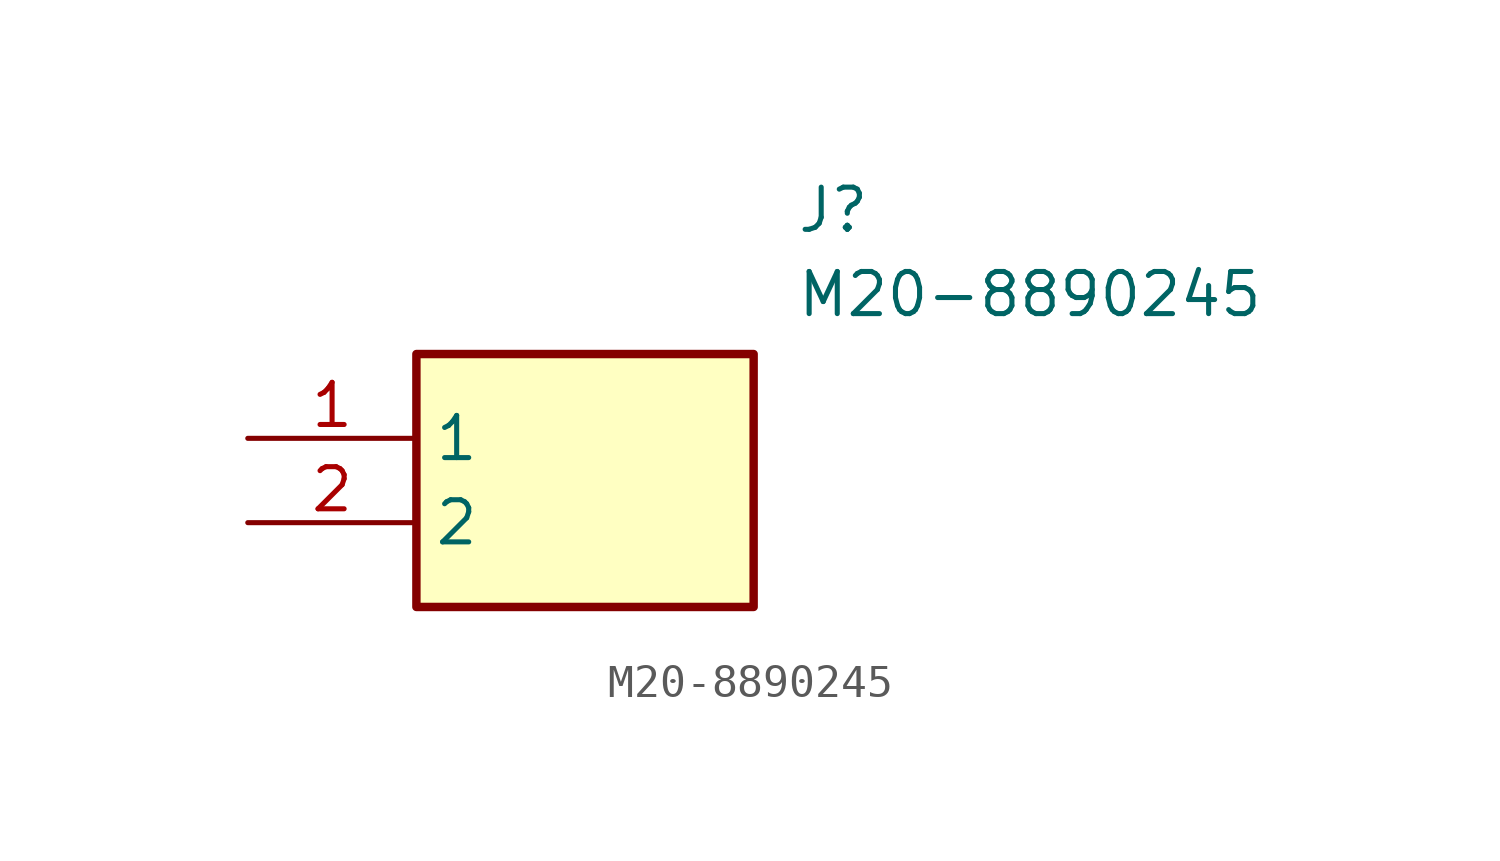
<source format=kicad_sym>
(kicad_symbol_lib
  (version 20211014)
  (generator SamacSys_ECAD_Model)
  (symbol "M20-8890245"
    (property "Reference" "J"
      (at 16.51 7.62 0)
      (effects (font (size 1.27 1.27)) (justify left top)))
    (property "Value" "M20-8890245"
      (at 16.51 5.08 0)
      (effects (font (size 1.27 1.27)) (justify left top)))
    (rectangle
      (start 5.08 2.54)
      (end 15.24 -5.08)
      (stroke (width 0.254) (type default))
      (fill (type background)))
    (pin passive line
      (at 0 0 0)
      (length 5.08)
      (name "1" (effects (font (size 1.27 1.27))))
      (number "1" (effects (font (size 1.27 1.27)))))
    (pin passive line
      (at 0 -2.54 0)
      (length 5.08)
      (name "2" (effects (font (size 1.27 1.27))))
      (number "2" (effects (font (size 1.27 1.27)))))))
</source>
